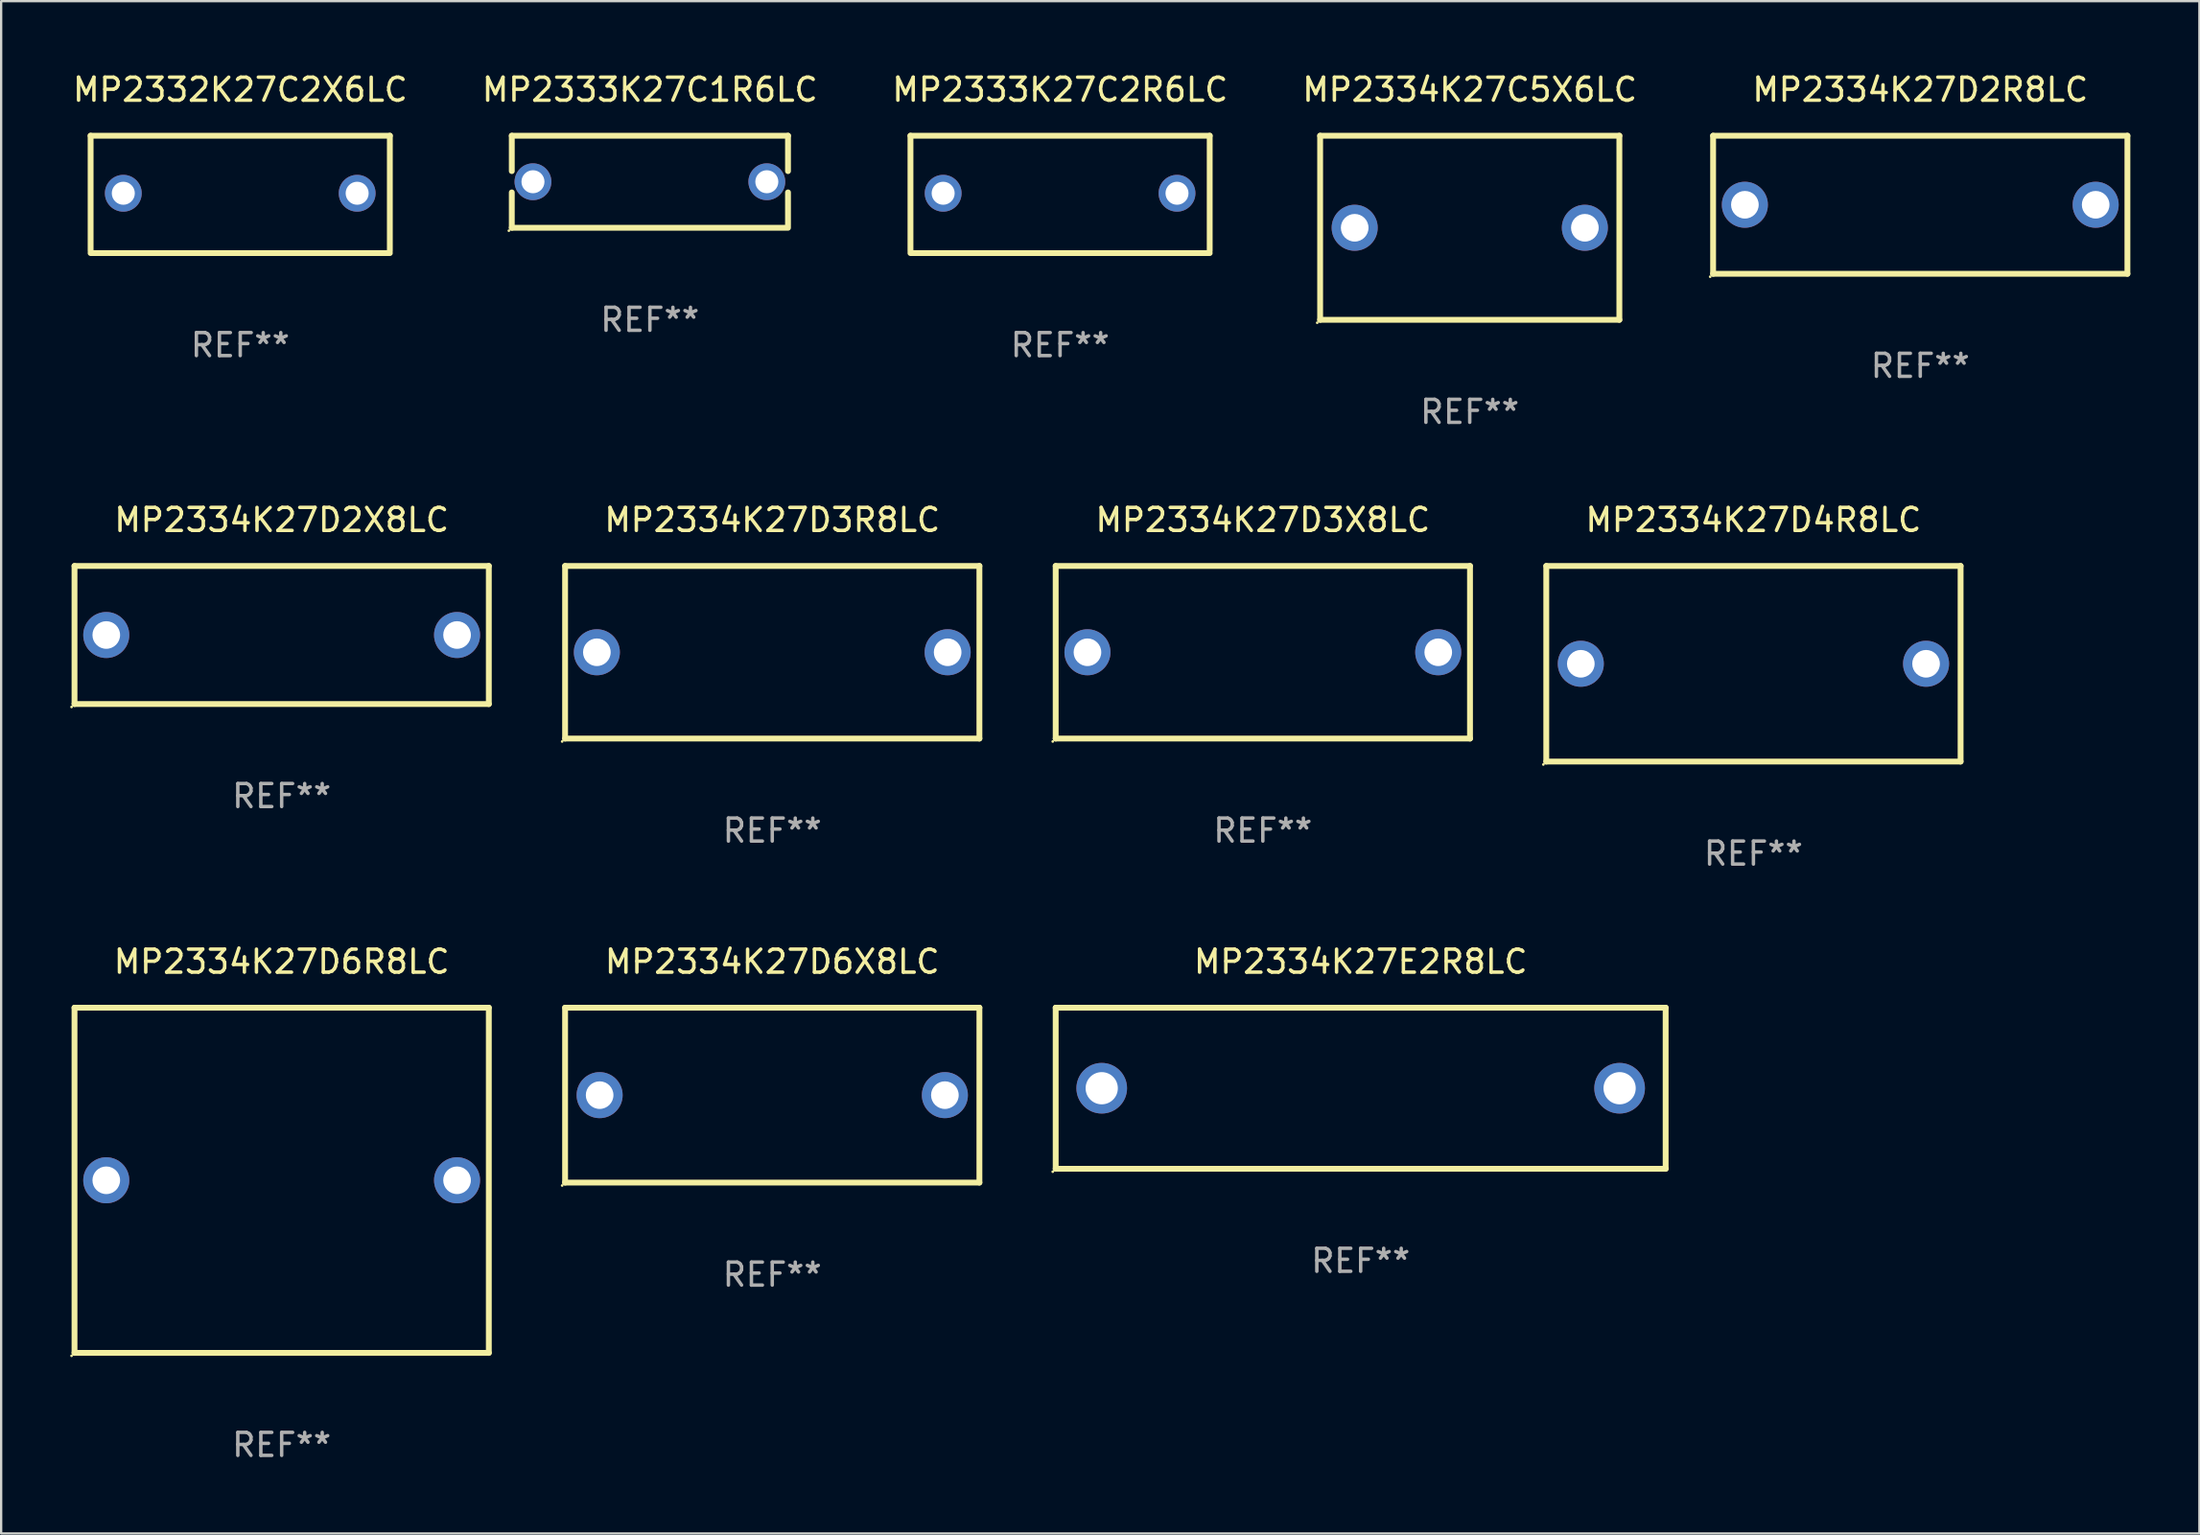
<source format=kicad_pcb>
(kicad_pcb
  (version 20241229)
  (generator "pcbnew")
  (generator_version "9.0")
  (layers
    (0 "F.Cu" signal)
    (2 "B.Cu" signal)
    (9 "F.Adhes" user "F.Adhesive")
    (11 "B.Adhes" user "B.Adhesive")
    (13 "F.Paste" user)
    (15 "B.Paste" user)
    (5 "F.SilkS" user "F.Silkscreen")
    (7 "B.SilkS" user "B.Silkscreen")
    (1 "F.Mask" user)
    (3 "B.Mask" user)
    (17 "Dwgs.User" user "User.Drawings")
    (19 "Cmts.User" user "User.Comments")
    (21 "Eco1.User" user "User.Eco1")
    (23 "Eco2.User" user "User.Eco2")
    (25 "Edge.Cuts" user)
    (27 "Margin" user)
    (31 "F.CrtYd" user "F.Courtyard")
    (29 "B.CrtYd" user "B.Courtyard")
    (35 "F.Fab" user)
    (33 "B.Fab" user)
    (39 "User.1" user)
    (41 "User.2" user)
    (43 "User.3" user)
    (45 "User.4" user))
  (footprint "MP2334K27E2R8LC"
    (layer "F.Cu")
    (at 56.065 44.241)
    (property "Reference" "MP2334K27E2R8LC" (at 0 -5.5 0) (layer "F.SilkS") (effects (font (size 1 1) (thickness 0.15))))
    (attr through_hole)
    (fp_line (start -13.25 -3.5) (end 13.25 -3.5) (stroke (width 0.254) (type solid)) (layer "F.SilkS"))
    (fp_line (start -13.25 3.5) (end -13.25 -3.5) (stroke (width 0.254) (type solid)) (layer "F.SilkS"))
    (fp_line (start 13.25 -3.5) (end 13.25 3.5) (stroke (width 0.254) (type solid)) (layer "F.SilkS"))
    (fp_line (start 13.25 3.5) (end -13.25 3.5) (stroke (width 0.254) (type solid)) (layer "F.SilkS"))
    (fp_circle (center -13.377 3.627) (end -13.347 3.627) (stroke (width 0.06) (type solid)) (fill no) (layer "F.SilkS"))
    (fp_text user "REF**" (at 0 7.5 0) (layer "F.Fab") (effects (font (size 1 1) (thickness 0.15))))
    (pad "1" thru_hole circle (at -11.25 0) (size 2.2 2.2) (drill 1.4) (layers "*.Cu" "*.Mask"))
    (pad "2" thru_hole circle (at 11.25 0) (size 2.2 2.2) (drill 1.4) (layers "*.Cu" "*.Mask")))
  (footprint "MP2332K27C2X6LC"
    (layer "F.Cu")
    (at 7.387 5.398)
    (property "Reference" "MP2332K27C2X6LC" (at 0 -4.55 0) (layer "F.SilkS") (effects (font (size 1 1) (thickness 0.15))))
    (attr through_hole)
    (fp_line (start -6.5 -2.55) (end 6.5 -2.55) (stroke (width 0.254) (type solid)) (layer "F.SilkS"))
    (fp_line (start -6.5 2.45) (end -6.5 -2.55) (stroke (width 0.254) (type solid)) (layer "F.SilkS"))
    (fp_line (start 6.5 -2.55) (end 6.5 2.45) (stroke (width 0.254) (type solid)) (layer "F.SilkS"))
    (fp_line (start 6.5 2.55) (end -6.5 2.55) (stroke (width 0.254) (type solid)) (layer "F.SilkS"))
    (fp_circle (center -6.5 2.45) (end -6.47 2.45) (stroke (width 0.06) (type solid)) (fill no) (layer "F.SilkS"))
    (fp_text user "REF**" (at 0 6.55 0) (layer "F.Fab") (effects (font (size 1 1) (thickness 0.15))))
    (pad "1" thru_hole circle (at -5.08 -0.05) (size 1.6 1.6) (drill 1) (layers "*.Cu" "*.Mask"))
    (pad "2" thru_hole circle (at 5.08 -0.05) (size 1.6 1.6) (drill 1) (layers "*.Cu" "*.Mask")))
  (footprint "MP2333K27C1R6LC"
    (layer "F.Cu")
    (at 25.185 4.848)
    (property "Reference" "MP2333K27C1R6LC" (at 0 -4 0) (layer "F.SilkS") (effects (font (size 1 1) (thickness 0.15))))
    (attr through_hole)
    (fp_line (start -6 -2) (end 6 -2) (stroke (width 0.254) (type solid)) (layer "F.SilkS"))
    (fp_line (start -6 -0.463) (end -6 -2) (stroke (width 0.254) (type solid)) (layer "F.SilkS"))
    (fp_line (start -6 2) (end -6 0.463) (stroke (width 0.254) (type solid)) (layer "F.SilkS"))
    (fp_line (start 6 -2) (end 6 -0.463) (stroke (width 0.254) (type solid)) (layer "F.SilkS"))
    (fp_line (start 6 0.463) (end 6 1.905) (stroke (width 0.254) (type solid)) (layer "F.SilkS"))
    (fp_line (start 6 2) (end -6 2) (stroke (width 0.254) (type solid)) (layer "F.SilkS"))
    (fp_circle (center -6.127 2.127) (end -6.097 2.127) (stroke (width 0.06) (type solid)) (fill no) (layer "F.SilkS"))
    (fp_text user "REF**" (at 0 6 0) (layer "F.Fab") (effects (font (size 1 1) (thickness 0.15))))
    (pad "1" thru_hole circle (at -5.08 0) (size 1.6 1.6) (drill 1) (layers "*.Cu" "*.Mask"))
    (pad "2" thru_hole circle (at 5.08 0) (size 1.6 1.6) (drill 1) (layers "*.Cu" "*.Mask")))
  (footprint "MP2334K27D6R8LC"
    (layer "F.Cu")
    (at 9.187 48.241)
    (property "Reference" "MP2334K27D6R8LC" (at 0 -9.5 0) (layer "F.SilkS") (effects (font (size 1 1) (thickness 0.15))))
    (attr through_hole)
    (fp_line (start -9 -7.5) (end 9 -7.5) (stroke (width 0.254) (type solid)) (layer "F.SilkS"))
    (fp_line (start -9 7.5) (end -9 -7.5) (stroke (width 0.254) (type solid)) (layer "F.SilkS"))
    (fp_line (start -9 7.5) (end 9 7.5) (stroke (width 0.254) (type solid)) (layer "F.SilkS"))
    (fp_line (start 9 -7.5) (end 9 7.5) (stroke (width 0.254) (type solid)) (layer "F.SilkS"))
    (fp_circle (center -9.127 7.627) (end -9.097 7.627) (stroke (width 0.06) (type solid)) (fill no) (layer "F.SilkS"))
    (fp_text user "REF**" (at 0 11.5 0) (layer "F.Fab") (effects (font (size 1 1) (thickness 0.15))))
    (pad "1" thru_hole circle (at -7.62 0) (size 2 2) (drill 1.2) (layers "*.Cu" "*.Mask"))
    (pad "2" thru_hole circle (at 7.62 0) (size 2 2) (drill 1.2) (layers "*.Cu" "*.Mask")))
  (footprint "MP2334K27D6X8LC"
    (layer "F.Cu")
    (at 30.501 44.541)
    (property "Reference" "MP2334K27D6X8LC" (at 0 -5.8 0) (layer "F.SilkS") (effects (font (size 1 1) (thickness 0.15))))
    (attr through_hole)
    (fp_line (start -9 -3.8) (end -9 3.8) (stroke (width 0.254) (type solid)) (layer "F.SilkS"))
    (fp_line (start -9 -3.8) (end 9 -3.8) (stroke (width 0.254) (type solid)) (layer "F.SilkS"))
    (fp_line (start 9 -3.8) (end 9 3.8) (stroke (width 0.254) (type solid)) (layer "F.SilkS"))
    (fp_line (start 9 3.8) (end -9 3.8) (stroke (width 0.254) (type solid)) (layer "F.SilkS"))
    (fp_circle (center -9.127 3.927) (end -9.097 3.927) (stroke (width 0.06) (type solid)) (fill no) (layer "F.SilkS"))
    (fp_text user "REF**" (at 0 7.8 0) (layer "F.Fab") (effects (font (size 1 1) (thickness 0.15))))
    (pad "1" thru_hole circle (at -7.5 0) (size 2 2) (drill 1.2) (layers "*.Cu" "*.Mask"))
    (pad "2" thru_hole circle (at 7.5 0) (size 2 2) (drill 1.2) (layers "*.Cu" "*.Mask")))
  (footprint "MP2334K27D4R8LC"
    (layer "F.Cu")
    (at 73.129 25.795)
    (property "Reference" "MP2334K27D4R8LC" (at 0 -6.25 0) (layer "F.SilkS") (effects (font (size 1 1) (thickness 0.15))))
    (attr through_hole)
    (fp_line (start -9 -4.25) (end -9 4.25) (stroke (width 0.254) (type solid)) (layer "F.SilkS"))
    (fp_line (start -9 -4.25) (end 9 -4.25) (stroke (width 0.254) (type solid)) (layer "F.SilkS"))
    (fp_line (start 9 4.25) (end -9 4.25) (stroke (width 0.254) (type solid)) (layer "F.SilkS"))
    (fp_line (start 9 4.25) (end 9 -4.25) (stroke (width 0.254) (type solid)) (layer "F.SilkS"))
    (fp_circle (center -9.127 4.377) (end -9.097 4.377) (stroke (width 0.06) (type solid)) (fill no) (layer "F.SilkS"))
    (fp_text user "REF**" (at 0 8.25 0) (layer "F.Fab") (effects (font (size 1 1) (thickness 0.15))))
    (pad "1" thru_hole circle (at -7.5 0) (size 2 2) (drill 1.2) (layers "*.Cu" "*.Mask"))
    (pad "2" thru_hole circle (at 7.5 0) (size 2 2) (drill 1.2) (layers "*.Cu" "*.Mask")))
  (footprint "MP2334K27D3X8LC"
    (layer "F.Cu")
    (at 51.815 25.295)
    (property "Reference" "MP2334K27D3X8LC" (at 0 -5.75 0) (layer "F.SilkS") (effects (font (size 1 1) (thickness 0.15))))
    (attr through_hole)
    (fp_line (start -9 -3.75) (end 9 -3.75) (stroke (width 0.254) (type solid)) (layer "F.SilkS"))
    (fp_line (start -9 3.75) (end -9 -3.75) (stroke (width 0.254) (type solid)) (layer "F.SilkS"))
    (fp_line (start 9 -3.75) (end 9 3.75) (stroke (width 0.254) (type solid)) (layer "F.SilkS"))
    (fp_line (start 9 3.75) (end -9 3.75) (stroke (width 0.254) (type solid)) (layer "F.SilkS"))
    (fp_circle (center -9.127 3.877) (end -9.097 3.877) (stroke (width 0.06) (type solid)) (fill no) (layer "F.SilkS"))
    (fp_text user "REF**" (at 0 7.75 0) (layer "F.Fab") (effects (font (size 1 1) (thickness 0.15))))
    (pad "1" thru_hole circle (at -7.62 0) (size 2 2) (drill 1.2) (layers "*.Cu" "*.Mask"))
    (pad "2" thru_hole circle (at 7.62 0) (size 2 2) (drill 1.2) (layers "*.Cu" "*.Mask")))
  (footprint "MP2333K27C2R6LC"
    (layer "F.Cu")
    (at 43.006 5.398)
    (property "Reference" "MP2333K27C2R6LC" (at 0 -4.55 0) (layer "F.SilkS") (effects (font (size 1 1) (thickness 0.15))))
    (attr through_hole)
    (fp_line (start -6.5 -2.55) (end 6.5 -2.55) (stroke (width 0.254) (type solid)) (layer "F.SilkS"))
    (fp_line (start -6.5 2.45) (end -6.5 -2.55) (stroke (width 0.254) (type solid)) (layer "F.SilkS"))
    (fp_line (start 6.5 -2.55) (end 6.5 2.45) (stroke (width 0.254) (type solid)) (layer "F.SilkS"))
    (fp_line (start 6.5 2.55) (end -6.5 2.55) (stroke (width 0.254) (type solid)) (layer "F.SilkS"))
    (fp_circle (center -6.5 2.45) (end -6.47 2.45) (stroke (width 0.06) (type solid)) (fill no) (layer "F.SilkS"))
    (fp_text user "REF**" (at 0 6.55 0) (layer "F.Fab") (effects (font (size 1 1) (thickness 0.15))))
    (pad "1" thru_hole circle (at -5.08 -0.05) (size 1.6 1.6) (drill 1) (layers "*.Cu" "*.Mask"))
    (pad "2" thru_hole circle (at 5.08 -0.05) (size 1.6 1.6) (drill 1) (layers "*.Cu" "*.Mask")))
  (footprint "MP2334K27D2X8LC"
    (layer "F.Cu")
    (at 9.187 24.545)
    (property "Reference" "MP2334K27D2X8LC" (at 0 -5 0) (layer "F.SilkS") (effects (font (size 1 1) (thickness 0.15))))
    (attr through_hole)
    (fp_line (start -9 -3) (end 9 -3) (stroke (width 0.254) (type solid)) (layer "F.SilkS"))
    (fp_line (start -9 3) (end -9 -3) (stroke (width 0.254) (type solid)) (layer "F.SilkS"))
    (fp_line (start 9 -3) (end 9 3) (stroke (width 0.254) (type solid)) (layer "F.SilkS"))
    (fp_line (start 9 3) (end -9 3) (stroke (width 0.254) (type solid)) (layer "F.SilkS"))
    (fp_circle (center -9.127 3.127) (end -9.097 3.127) (stroke (width 0.06) (type solid)) (fill no) (layer "F.SilkS"))
    (fp_text user "REF**" (at 0 7 0) (layer "F.Fab") (effects (font (size 1 1) (thickness 0.15))))
    (pad "1" thru_hole circle (at -7.62 0) (size 2 2) (drill 1.2) (layers "*.Cu" "*.Mask"))
    (pad "2" thru_hole circle (at 7.62 0) (size 2 2) (drill 1.2) (layers "*.Cu" "*.Mask")))
  (footprint "MP2334K27C5X6LC"
    (layer "F.Cu")
    (at 60.804 6.848)
    (property "Reference" "MP2334K27C5X6LC" (at 0 -6 0) (layer "F.SilkS") (effects (font (size 1 1) (thickness 0.15))))
    (attr through_hole)
    (fp_line (start -6.5 -4) (end -6.5 4) (stroke (width 0.254) (type solid)) (layer "F.SilkS"))
    (fp_line (start -6.5 -4) (end 6.5 -4) (stroke (width 0.254) (type solid)) (layer "F.SilkS"))
    (fp_line (start 6.5 4) (end -6.5 4) (stroke (width 0.254) (type solid)) (layer "F.SilkS"))
    (fp_line (start 6.5 4) (end 6.5 -4) (stroke (width 0.254) (type solid)) (layer "F.SilkS"))
    (fp_circle (center -6.627 4.127) (end -6.597 4.127) (stroke (width 0.06) (type solid)) (fill no) (layer "F.SilkS"))
    (fp_text user "REF**" (at 0 8 0) (layer "F.Fab") (effects (font (size 1 1) (thickness 0.15))))
    (pad "1" thru_hole circle (at -4.999 0) (size 2 2) (drill 1.2) (layers "*.Cu" "*.Mask"))
    (pad "2" thru_hole circle (at 5.001 0) (size 2 2) (drill 1.2) (layers "*.Cu" "*.Mask")))
  (footprint "MP2334K27D2R8LC"
    (layer "F.Cu")
    (at 80.377 5.848)
    (property "Reference" "MP2334K27D2R8LC" (at 0 -5 0) (layer "F.SilkS") (effects (font (size 1 1) (thickness 0.15))))
    (attr through_hole)
    (fp_line (start -9 -3) (end 9 -3) (stroke (width 0.254) (type solid)) (layer "F.SilkS"))
    (fp_line (start -9 3) (end -9 -3) (stroke (width 0.254) (type solid)) (layer "F.SilkS"))
    (fp_line (start 9 -3) (end 9 3) (stroke (width 0.254) (type solid)) (layer "F.SilkS"))
    (fp_line (start 9 3) (end -9 3) (stroke (width 0.254) (type solid)) (layer "F.SilkS"))
    (fp_circle (center -9.127 3.127) (end -9.097 3.127) (stroke (width 0.06) (type solid)) (fill no) (layer "F.SilkS"))
    (fp_text user "REF**" (at 0 7 0) (layer "F.Fab") (effects (font (size 1 1) (thickness 0.15))))
    (pad "1" thru_hole circle (at -7.62 0) (size 2 2) (drill 1.2) (layers "*.Cu" "*.Mask"))
    (pad "2" thru_hole circle (at 7.62 0) (size 2 2) (drill 1.2) (layers "*.Cu" "*.Mask")))
  (footprint "MP2334K27D3R8LC"
    (layer "F.Cu")
    (at 30.501 25.295)
    (property "Reference" "MP2334K27D3R8LC" (at 0 -5.75 0) (layer "F.SilkS") (effects (font (size 1 1) (thickness 0.15))))
    (attr through_hole)
    (fp_line (start -9 -3.75) (end 9 -3.75) (stroke (width 0.254) (type solid)) (layer "F.SilkS"))
    (fp_line (start -9 3.75) (end -9 -3.75) (stroke (width 0.254) (type solid)) (layer "F.SilkS"))
    (fp_line (start 9 -3.75) (end 9 3.75) (stroke (width 0.254) (type solid)) (layer "F.SilkS"))
    (fp_line (start 9 3.75) (end -9 3.75) (stroke (width 0.254) (type solid)) (layer "F.SilkS"))
    (fp_circle (center -9.127 3.877) (end -9.097 3.877) (stroke (width 0.06) (type solid)) (fill no) (layer "F.SilkS"))
    (fp_text user "REF**" (at 0 7.75 0) (layer "F.Fab") (effects (font (size 1 1) (thickness 0.15))))
    (pad "1" thru_hole circle (at -7.62 0) (size 2 2) (drill 1.2) (layers "*.Cu" "*.Mask"))
    (pad "2" thru_hole circle (at 7.62 0) (size 2 2) (drill 1.2) (layers "*.Cu" "*.Mask")))
  (gr_rect
    (start -3 -3)
    (end 92.504 63.59)
    (stroke (width 0.1) (type default))
    (fill no)
    (layer "Edge.Cuts")))
</source>
